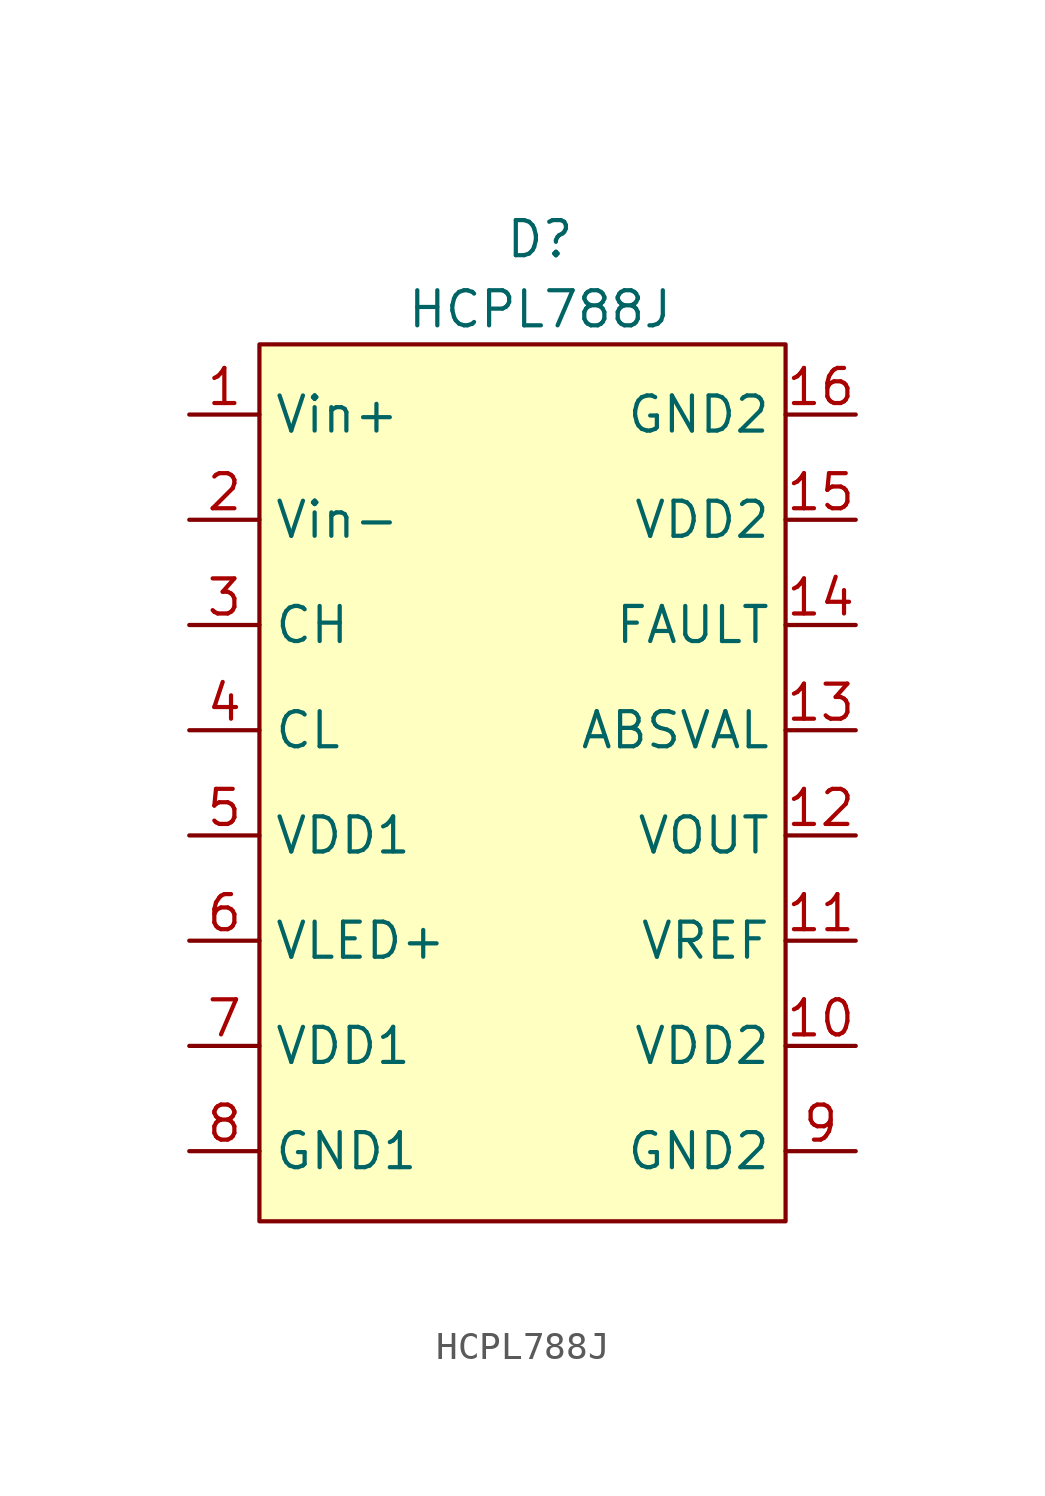
<source format=kicad_sym>
(kicad_symbol_lib
  (version 20211014)
  (generator kicad_symbol_editor)
  (symbol "HCPL788J"
    (property "Reference" "D"
      (at 0 3.81 0)
      (effects (font (size 1.27 1.27))))
    (property "Value" "HCPL788J"
      (at 0 1.27 0)
      (effects (font (size 1.27 1.27))))
    (symbol "HCPL788J_0_1"
      (rectangle (start -10.16 0) (end 8.89 -31.75) (stroke (width 0) (type default) (color 0 0 0 0)) (fill (type background))))
    (symbol "HCPL788J_1_1"
      (pin input line (at -12.7 -2.54 0) (length 2.54) (name "Vin+" (effects (font (size 1.27 1.27)))) (number "1" (effects (font (size 1.27 1.27)))))
      (pin input line (at 11.43 -25.4 180) (length 2.54) (name "VDD2" (effects (font (size 1.27 1.27)))) (number "10" (effects (font (size 1.27 1.27)))))
      (pin input line (at 11.43 -21.59 180) (length 2.54) (name "VREF" (effects (font (size 1.27 1.27)))) (number "11" (effects (font (size 1.27 1.27)))))
      (pin input line (at 11.43 -17.78 180) (length 2.54) (name "VOUT" (effects (font (size 1.27 1.27)))) (number "12" (effects (font (size 1.27 1.27)))))
      (pin input line (at 11.43 -13.97 180) (length 2.54) (name "ABSVAL" (effects (font (size 1.27 1.27)))) (number "13" (effects (font (size 1.27 1.27)))))
      (pin input line (at 11.43 -10.16 180) (length 2.54) (name "FAULT" (effects (font (size 1.27 1.27)))) (number "14" (effects (font (size 1.27 1.27)))))
      (pin input line (at 11.43 -6.35 180) (length 2.54) (name "VDD2" (effects (font (size 1.27 1.27)))) (number "15" (effects (font (size 1.27 1.27)))))
      (pin input line (at 11.43 -2.54 180) (length 2.54) (name "GND2" (effects (font (size 1.27 1.27)))) (number "16" (effects (font (size 1.27 1.27)))))
      (pin input line (at -12.7 -6.35 0) (length 2.54) (name "Vin-" (effects (font (size 1.27 1.27)))) (number "2" (effects (font (size 1.27 1.27)))))
      (pin input line (at -12.7 -10.16 0) (length 2.54) (name "CH" (effects (font (size 1.27 1.27)))) (number "3" (effects (font (size 1.27 1.27)))))
      (pin input line (at -12.7 -13.97 0) (length 2.54) (name "CL" (effects (font (size 1.27 1.27)))) (number "4" (effects (font (size 1.27 1.27)))))
      (pin input line (at -12.7 -17.78 0) (length 2.54) (name "VDD1" (effects (font (size 1.27 1.27)))) (number "5" (effects (font (size 1.27 1.27)))))
      (pin input line (at -12.7 -21.59 0) (length 2.54) (name "VLED+" (effects (font (size 1.27 1.27)))) (number "6" (effects (font (size 1.27 1.27)))))
      (pin input line (at -12.7 -25.4 0) (length 2.54) (name "VDD1" (effects (font (size 1.27 1.27)))) (number "7" (effects (font (size 1.27 1.27)))))
      (pin input line (at -12.7 -29.21 0) (length 2.54) (name "GND1" (effects (font (size 1.27 1.27)))) (number "8" (effects (font (size 1.27 1.27)))))
      (pin input line (at 11.43 -29.21 180) (length 2.54) (name "GND2" (effects (font (size 1.27 1.27)))) (number "9" (effects (font (size 1.27 1.27))))))))
</source>
